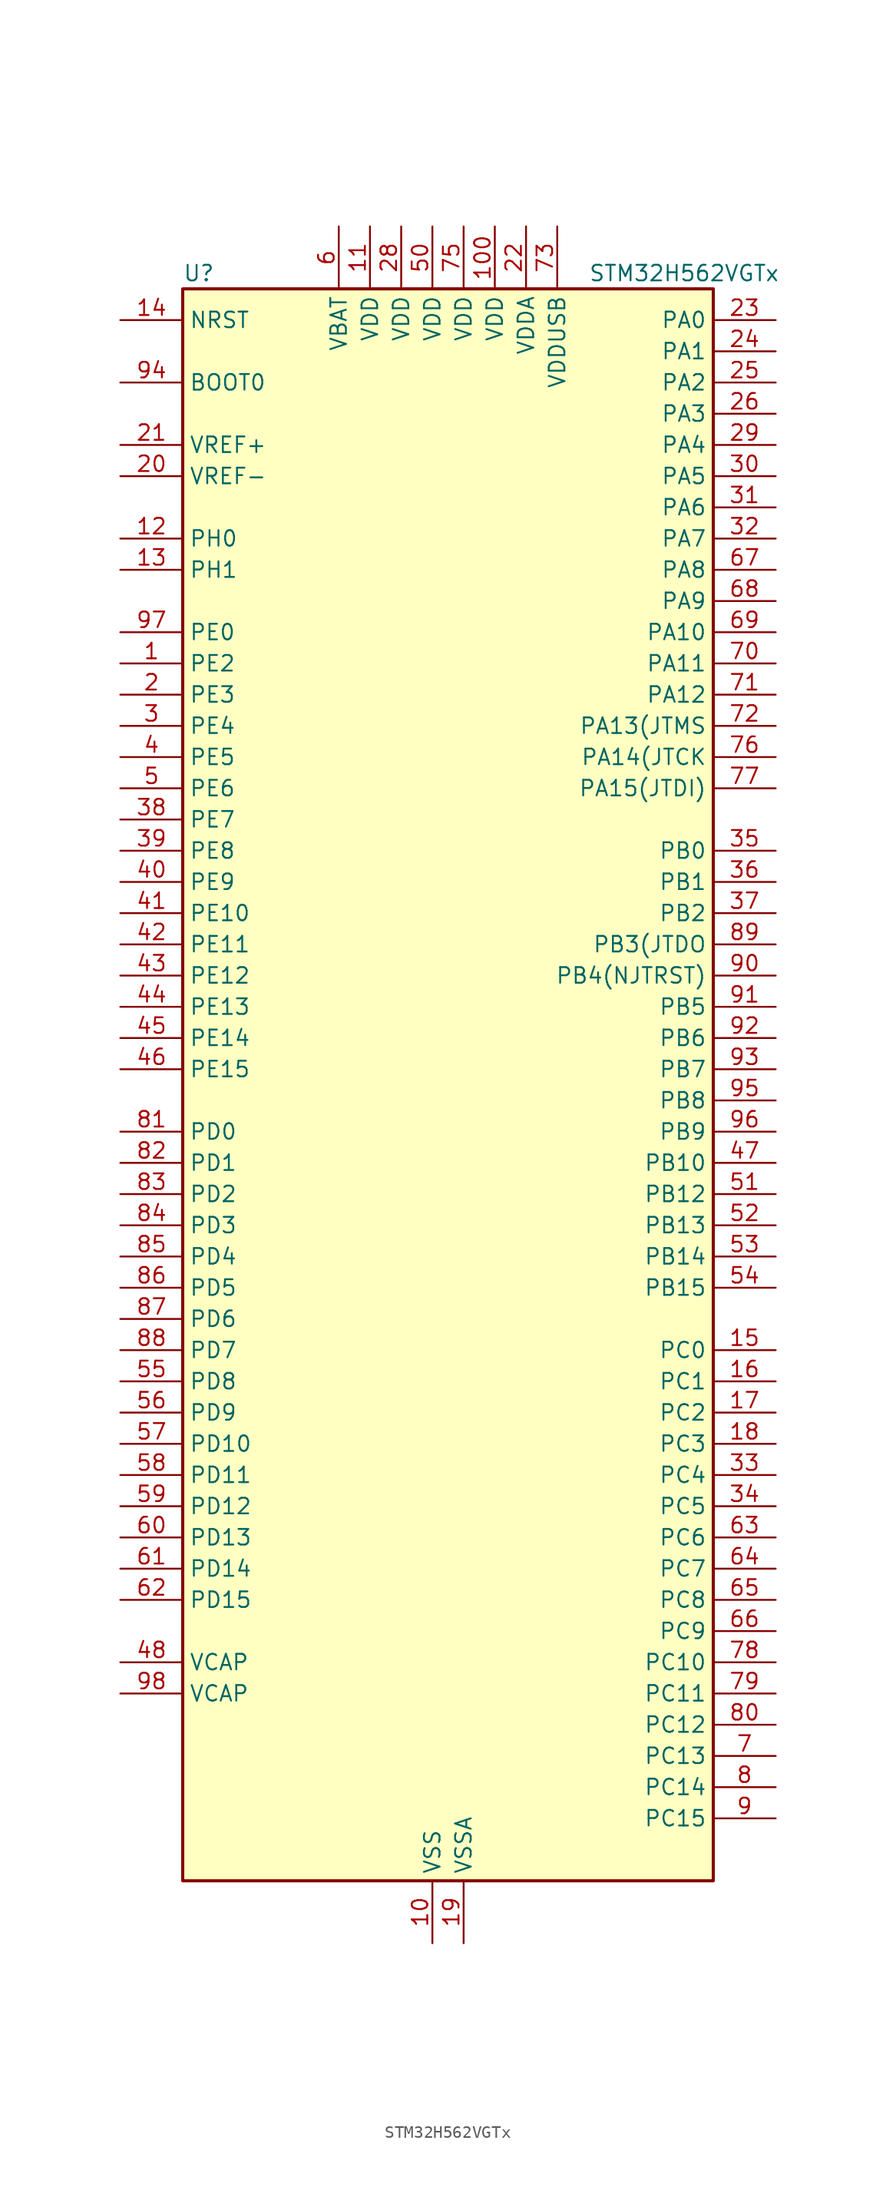
<source format=kicad_sym>
(kicad_symbol_lib
  (version 20231120)
  (generator "kicad-library-utils")
  (generator_version "8.0")
  (symbol "STM32H562VGTx"
    (property "Reference" "U"
      (at -20.32 67.31 0)
      (effects (font (size 1.27 1.27)) (justify left)))
    (property "Value" "STM32H562VGTx"
      (at 12.7 67.31 0)
      (effects (font (size 1.27 1.27)) (justify left)))
    (symbol "STM32H562VGTx_0_1"
      (rectangle (start -20.32 -63.5) (end 22.86 66.04) (stroke (width 0.254) (type default)) (fill (type background))))
    (symbol "STM32H562VGTx_1_1"
      (pin bidirectional line (at -25.4 35.56 0) (length 5.08) (name "PE2" (effects (font (size 1.27 1.27)))) (number "1" (effects (font (size 1.27 1.27)))) (alternate "DCMI_D3" bidirectional line) (alternate "DEBUG_TRACECLK" bidirectional line) (alternate "FMC_A23" bidirectional line) (alternate "LPTIM1_IN2" bidirectional line) (alternate "OCTOSPI1_IO2" bidirectional line) (alternate "PSSI_D3" bidirectional line) (alternate "SAI1_CK1" bidirectional line) (alternate "SAI1_MCLK_A" bidirectional line) (alternate "SPI4_SCK" bidirectional line) (alternate "UART8_TX" bidirectional line) (alternate "USART10_RX" bidirectional line))
      (pin power_in line (at 0 -68.58 90) (length 5.08) (name "VSS" (effects (font (size 1.27 1.27)))) (number "10" (effects (font (size 1.27 1.27)))))
      (pin power_in line (at 5.08 71.12 270) (length 5.08) (name "VDD" (effects (font (size 1.27 1.27)))) (number "100" (effects (font (size 1.27 1.27)))))
      (pin power_in line (at -5.08 71.12 270) (length 5.08) (name "VDD" (effects (font (size 1.27 1.27)))) (number "11" (effects (font (size 1.27 1.27)))))
      (pin bidirectional line (at -25.4 45.72 0) (length 5.08) (name "PH0" (effects (font (size 1.27 1.27)))) (number "12" (effects (font (size 1.27 1.27)))) (alternate "RCC_OSC_IN" bidirectional line))
      (pin bidirectional line (at -25.4 43.18 0) (length 5.08) (name "PH1" (effects (font (size 1.27 1.27)))) (number "13" (effects (font (size 1.27 1.27)))) (alternate "RCC_OSC_OUT" bidirectional line))
      (pin input line (at -25.4 63.5 0) (length 5.08) (name "NRST" (effects (font (size 1.27 1.27)))) (number "14" (effects (font (size 1.27 1.27)))))
      (pin bidirectional line (at 27.94 -20.32 180) (length 5.08) (name "PC0" (effects (font (size 1.27 1.27)))) (number "15" (effects (font (size 1.27 1.27)))) (alternate "ADC1_INP10" bidirectional line) (alternate "ADC2_INP10" bidirectional line) (alternate "FMC_A25" bidirectional line) (alternate "FMC_SDNWE" bidirectional line) (alternate "OCTOSPI1_IO7" bidirectional line) (alternate "SAI1_MCLK_A" bidirectional line) (alternate "SAI2_FS_B" bidirectional line) (alternate "SPI2_RDY" bidirectional line) (alternate "TIM16_BKIN" bidirectional line))
      (pin bidirectional line (at 27.94 -22.86 180) (length 5.08) (name "PC1" (effects (font (size 1.27 1.27)))) (number "16" (effects (font (size 1.27 1.27)))) (alternate "ADC1_INN10" bidirectional line) (alternate "ADC1_INP11" bidirectional line) (alternate "ADC2_INN10" bidirectional line) (alternate "ADC2_INP11" bidirectional line) (alternate "DEBUG_TRACED0" bidirectional line) (alternate "I2S2_SDO" bidirectional line) (alternate "OCTOSPI1_IO4" bidirectional line) (alternate "PWR_WKUP6" bidirectional line) (alternate "SAI1_D1" bidirectional line) (alternate "SAI1_SD_A" bidirectional line) (alternate "SAI2_SD_A" bidirectional line) (alternate "SPI2_MOSI" bidirectional line) (alternate "TAMP_IN3" bidirectional line) (alternate "TAMP_OUT5" bidirectional line) (alternate "USART11_RTS" bidirectional line))
      (pin bidirectional line (at 27.94 -25.4 180) (length 5.08) (name "PC2" (effects (font (size 1.27 1.27)))) (number "17" (effects (font (size 1.27 1.27)))) (alternate "ADC1_INN11" bidirectional line) (alternate "ADC1_INP12" bidirectional line) (alternate "ADC2_INN11" bidirectional line) (alternate "ADC2_INP12" bidirectional line) (alternate "FMC_SDNE0" bidirectional line) (alternate "I2S2_SDI" bidirectional line) (alternate "OCTOSPI1_IO2" bidirectional line) (alternate "OCTOSPI1_IO5" bidirectional line) (alternate "PWR_CSLEEP" bidirectional line) (alternate "SPI2_MISO" bidirectional line) (alternate "TIM17_CH1" bidirectional line) (alternate "TIM4_CH4" bidirectional line))
      (pin bidirectional line (at 27.94 -27.94 180) (length 5.08) (name "PC3" (effects (font (size 1.27 1.27)))) (number "18" (effects (font (size 1.27 1.27)))) (alternate "ADC1_INN12" bidirectional line) (alternate "ADC1_INP13" bidirectional line) (alternate "ADC2_INN12" bidirectional line) (alternate "ADC2_INP13" bidirectional line) (alternate "FMC_SDCKE0" bidirectional line) (alternate "I2S2_SDO" bidirectional line) (alternate "LPTIM3_CH1" bidirectional line) (alternate "OCTOSPI1_IO0" bidirectional line) (alternate "OCTOSPI1_IO6" bidirectional line) (alternate "PWR_CSTOP" bidirectional line) (alternate "SAI1_D3" bidirectional line) (alternate "SPI2_MOSI" bidirectional line))
      (pin power_in line (at 2.54 -68.58 90) (length 5.08) (name "VSSA" (effects (font (size 1.27 1.27)))) (number "19" (effects (font (size 1.27 1.27)))))
      (pin bidirectional line (at -25.4 33.02 0) (length 5.08) (name "PE3" (effects (font (size 1.27 1.27)))) (number "2" (effects (font (size 1.27 1.27)))) (alternate "DEBUG_TRACED0" bidirectional line) (alternate "FMC_A19" bidirectional line) (alternate "SAI1_SD_B" bidirectional line) (alternate "TAMP_IN6" bidirectional line) (alternate "TAMP_OUT3" bidirectional line) (alternate "TIM15_BKIN" bidirectional line) (alternate "USART10_TX" bidirectional line))
      (pin input line (at -25.4 50.8 0) (length 5.08) (name "VREF-" (effects (font (size 1.27 1.27)))) (number "20" (effects (font (size 1.27 1.27)))))
      (pin input line (at -25.4 53.34 0) (length 5.08) (name "VREF+" (effects (font (size 1.27 1.27)))) (number "21" (effects (font (size 1.27 1.27)))))
      (pin power_in line (at 7.62 71.12 270) (length 5.08) (name "VDDA" (effects (font (size 1.27 1.27)))) (number "22" (effects (font (size 1.27 1.27)))))
      (pin bidirectional line (at 27.94 63.5 180) (length 5.08) (name "PA0" (effects (font (size 1.27 1.27)))) (number "23" (effects (font (size 1.27 1.27)))) (alternate "ADC1_INN1" bidirectional line) (alternate "ADC1_INP0" bidirectional line) (alternate "ADC2_INN1" bidirectional line) (alternate "ADC2_INP0" bidirectional line) (alternate "PWR_WKUP1" bidirectional line) (alternate "SAI2_SD_B" bidirectional line) (alternate "SPI3_RDY" bidirectional line) (alternate "SPI6_NSS" bidirectional line) (alternate "TAMP_IN2" bidirectional line) (alternate "TAMP_OUT1" bidirectional line) (alternate "TIM15_BKIN" bidirectional line) (alternate "TIM2_CH1" bidirectional line) (alternate "TIM2_ETR" bidirectional line) (alternate "TIM5_CH1" bidirectional line) (alternate "TIM8_ETR" bidirectional line) (alternate "UART4_TX" bidirectional line) (alternate "USART2_CTS" bidirectional line) (alternate "USART2_NSS" bidirectional line))
      (pin bidirectional line (at 27.94 60.96 180) (length 5.08) (name "PA1" (effects (font (size 1.27 1.27)))) (number "24" (effects (font (size 1.27 1.27)))) (alternate "ADC1_INP1" bidirectional line) (alternate "ADC2_INP1" bidirectional line) (alternate "LPTIM1_IN1" bidirectional line) (alternate "OCTOSPI1_DQS" bidirectional line) (alternate "OCTOSPI1_IO3" bidirectional line) (alternate "SAI2_MCLK_B" bidirectional line) (alternate "TAMP_IN5" bidirectional line) (alternate "TAMP_OUT4" bidirectional line) (alternate "TIM15_CH1N" bidirectional line) (alternate "TIM2_CH2" bidirectional line) (alternate "TIM5_CH2" bidirectional line) (alternate "UART4_RX" bidirectional line) (alternate "USART2_RTS" bidirectional line))
      (pin bidirectional line (at 27.94 58.42 180) (length 5.08) (name "PA2" (effects (font (size 1.27 1.27)))) (number "25" (effects (font (size 1.27 1.27)))) (alternate "ADC1_INP14" bidirectional line) (alternate "ADC2_INP14" bidirectional line) (alternate "LPTIM1_IN2" bidirectional line) (alternate "PWR_WKUP2" bidirectional line) (alternate "SAI2_SCK_B" bidirectional line) (alternate "TAMP_IN4" bidirectional line) (alternate "TAMP_OUT3" bidirectional line) (alternate "TIM15_CH1" bidirectional line) (alternate "TIM2_CH3" bidirectional line) (alternate "TIM5_CH3" bidirectional line) (alternate "USART2_TX" bidirectional line))
      (pin bidirectional line (at 27.94 55.88 180) (length 5.08) (name "PA3" (effects (font (size 1.27 1.27)))) (number "26" (effects (font (size 1.27 1.27)))) (alternate "ADC1_INP15" bidirectional line) (alternate "ADC2_INP15" bidirectional line) (alternate "I2S2_WS" bidirectional line) (alternate "OCTOSPI1_CLK" bidirectional line) (alternate "SAI1_SD_B" bidirectional line) (alternate "SPI2_NSS" bidirectional line) (alternate "TIM15_CH2" bidirectional line) (alternate "TIM2_CH4" bidirectional line) (alternate "TIM5_CH4" bidirectional line) (alternate "USART2_RX" bidirectional line))
      (pin passive line (at 0 -68.58 90) (length 5.08) hide (name "VSS" (effects (font (size 1.27 1.27)))) (number "27" (effects (font (size 1.27 1.27)))))
      (pin power_in line (at -2.54 71.12 270) (length 5.08) (name "VDD" (effects (font (size 1.27 1.27)))) (number "28" (effects (font (size 1.27 1.27)))))
      (pin bidirectional line (at 27.94 53.34 180) (length 5.08) (name "PA4" (effects (font (size 1.27 1.27)))) (number "29" (effects (font (size 1.27 1.27)))) (alternate "ADC1_INP18" bidirectional line) (alternate "ADC2_INP18" bidirectional line) (alternate "DAC1_OUT1" bidirectional line) (alternate "DCMI_HSYNC" bidirectional line) (alternate "I2S1_WS" bidirectional line) (alternate "I2S3_WS" bidirectional line) (alternate "LPTIM2_CH1" bidirectional line) (alternate "PSSI_DE" bidirectional line) (alternate "SPI1_NSS" bidirectional line) (alternate "SPI3_NSS" bidirectional line) (alternate "SPI6_NSS" bidirectional line) (alternate "TIM5_ETR" bidirectional line) (alternate "USART2_CK" bidirectional line))
      (pin bidirectional line (at -25.4 30.48 0) (length 5.08) (name "PE4" (effects (font (size 1.27 1.27)))) (number "3" (effects (font (size 1.27 1.27)))) (alternate "DCMI_D4" bidirectional line) (alternate "DEBUG_TRACED1" bidirectional line) (alternate "FMC_A20" bidirectional line) (alternate "PSSI_D4" bidirectional line) (alternate "SAI1_D2" bidirectional line) (alternate "SAI1_FS_A" bidirectional line) (alternate "SPI4_NSS" bidirectional line) (alternate "TAMP_IN7" bidirectional line) (alternate "TAMP_OUT8" bidirectional line) (alternate "TIM15_CH1N" bidirectional line))
      (pin bidirectional line (at 27.94 50.8 180) (length 5.08) (name "PA5" (effects (font (size 1.27 1.27)))) (number "30" (effects (font (size 1.27 1.27)))) (alternate "ADC1_INN18" bidirectional line) (alternate "ADC1_INP19" bidirectional line) (alternate "ADC2_INN18" bidirectional line) (alternate "ADC2_INP19" bidirectional line) (alternate "DAC1_OUT2" bidirectional line) (alternate "I2S1_CK" bidirectional line) (alternate "PSSI_D14" bidirectional line) (alternate "SPI1_SCK" bidirectional line) (alternate "SPI6_SCK" bidirectional line) (alternate "TIM2_CH1" bidirectional line) (alternate "TIM2_ETR" bidirectional line) (alternate "TIM8_CH1N" bidirectional line))
      (pin bidirectional line (at 27.94 48.26 180) (length 5.08) (name "PA6" (effects (font (size 1.27 1.27)))) (number "31" (effects (font (size 1.27 1.27)))) (alternate "ADC1_INP3" bidirectional line) (alternate "ADC2_INP3" bidirectional line) (alternate "DCMI_PIXCLK" bidirectional line) (alternate "I2S1_SDI" bidirectional line) (alternate "OCTOSPI1_IO3" bidirectional line) (alternate "PSSI_PDCK" bidirectional line) (alternate "SPI1_MISO" bidirectional line) (alternate "SPI6_MISO" bidirectional line) (alternate "TIM13_CH1" bidirectional line) (alternate "TIM1_BKIN" bidirectional line) (alternate "TIM3_CH1" bidirectional line) (alternate "TIM8_BKIN" bidirectional line) (alternate "USART11_TX" bidirectional line))
      (pin bidirectional line (at 27.94 45.72 180) (length 5.08) (name "PA7" (effects (font (size 1.27 1.27)))) (number "32" (effects (font (size 1.27 1.27)))) (alternate "ADC1_INN3" bidirectional line) (alternate "ADC1_INP7" bidirectional line) (alternate "ADC2_INN3" bidirectional line) (alternate "ADC2_INP7" bidirectional line) (alternate "FMC_NWE" bidirectional line) (alternate "FMC_SDNWE" bidirectional line) (alternate "I2S1_SDO" bidirectional line) (alternate "OCTOSPI1_IO2" bidirectional line) (alternate "SPI1_MOSI" bidirectional line) (alternate "SPI6_MOSI" bidirectional line) (alternate "TIM14_CH1" bidirectional line) (alternate "TIM1_CH1N" bidirectional line) (alternate "TIM3_CH2" bidirectional line) (alternate "TIM8_CH1N" bidirectional line) (alternate "USART11_RX" bidirectional line))
      (pin bidirectional line (at 27.94 -30.48 180) (length 5.08) (name "PC4" (effects (font (size 1.27 1.27)))) (number "33" (effects (font (size 1.27 1.27)))) (alternate "ADC1_INP4" bidirectional line) (alternate "ADC2_INP4" bidirectional line) (alternate "FMC_SDNE0" bidirectional line) (alternate "I2S1_MCK" bidirectional line) (alternate "LPTIM2_ETR" bidirectional line) (alternate "SAI1_CK1" bidirectional line) (alternate "TIM2_CH4" bidirectional line) (alternate "USART3_RX" bidirectional line))
      (pin bidirectional line (at 27.94 -33.02 180) (length 5.08) (name "PC5" (effects (font (size 1.27 1.27)))) (number "34" (effects (font (size 1.27 1.27)))) (alternate "ADC1_INN4" bidirectional line) (alternate "ADC1_INP8" bidirectional line) (alternate "ADC2_INN4" bidirectional line) (alternate "ADC2_INP8" bidirectional line) (alternate "FMC_SDCKE0" bidirectional line) (alternate "OCTOSPI1_DQS" bidirectional line) (alternate "PSSI_D15" bidirectional line) (alternate "SAI1_D3" bidirectional line) (alternate "SAI1_FS_A" bidirectional line) (alternate "TIM1_CH4N" bidirectional line) (alternate "UART12_RTS" bidirectional line))
      (pin bidirectional line (at 27.94 20.32 180) (length 5.08) (name "PB0" (effects (font (size 1.27 1.27)))) (number "35" (effects (font (size 1.27 1.27)))) (alternate "ADC1_INN5" bidirectional line) (alternate "ADC1_INP9" bidirectional line) (alternate "ADC2_INN5" bidirectional line) (alternate "ADC2_INP9" bidirectional line) (alternate "LPTIM3_CH1" bidirectional line) (alternate "OCTOSPI1_IO1" bidirectional line) (alternate "TIM1_CH2N" bidirectional line) (alternate "TIM3_CH3" bidirectional line) (alternate "TIM8_CH2N" bidirectional line) (alternate "UART4_CTS" bidirectional line) (alternate "USART11_CK" bidirectional line))
      (pin bidirectional line (at 27.94 17.78 180) (length 5.08) (name "PB1" (effects (font (size 1.27 1.27)))) (number "36" (effects (font (size 1.27 1.27)))) (alternate "ADC1_INP5" bidirectional line) (alternate "ADC2_INP5" bidirectional line) (alternate "LPTIM3_CH2" bidirectional line) (alternate "OCTOSPI1_IO0" bidirectional line) (alternate "TIM1_CH3N" bidirectional line) (alternate "TIM3_CH4" bidirectional line) (alternate "TIM8_CH3N" bidirectional line))
      (pin bidirectional line (at 27.94 15.24 180) (length 5.08) (name "PB2" (effects (font (size 1.27 1.27)))) (number "37" (effects (font (size 1.27 1.27)))) (alternate "I2S3_SDO" bidirectional line) (alternate "LPTIM1_CH1" bidirectional line) (alternate "LPTIM5_ETR" bidirectional line) (alternate "OCTOSPI1_CLK" bidirectional line) (alternate "OCTOSPI1_DQS" bidirectional line) (alternate "RCC_LSCO" bidirectional line) (alternate "RTC_OUT2" bidirectional line) (alternate "SAI1_D1" bidirectional line) (alternate "SAI1_SD_A" bidirectional line) (alternate "SDMMC1_CMD" bidirectional line) (alternate "SPI1_RDY" bidirectional line) (alternate "SPI3_MOSI" bidirectional line) (alternate "TIM8_CH4N" bidirectional line))
      (pin bidirectional line (at -25.4 22.86 0) (length 5.08) (name "PE7" (effects (font (size 1.27 1.27)))) (number "38" (effects (font (size 1.27 1.27)))) (alternate "FMC_D4" bidirectional line) (alternate "FMC_DA4" bidirectional line) (alternate "OCTOSPI1_IO4" bidirectional line) (alternate "TIM1_ETR" bidirectional line) (alternate "UART12_RTS" bidirectional line) (alternate "UART7_RX" bidirectional line))
      (pin bidirectional line (at -25.4 20.32 0) (length 5.08) (name "PE8" (effects (font (size 1.27 1.27)))) (number "39" (effects (font (size 1.27 1.27)))) (alternate "FMC_D5" bidirectional line) (alternate "FMC_DA5" bidirectional line) (alternate "OCTOSPI1_IO5" bidirectional line) (alternate "TIM1_CH1N" bidirectional line) (alternate "UART12_CTS" bidirectional line) (alternate "UART7_TX" bidirectional line))
      (pin bidirectional line (at -25.4 27.94 0) (length 5.08) (name "PE5" (effects (font (size 1.27 1.27)))) (number "4" (effects (font (size 1.27 1.27)))) (alternate "DCMI_D6" bidirectional line) (alternate "DEBUG_TRACED2" bidirectional line) (alternate "FMC_A21" bidirectional line) (alternate "PSSI_D6" bidirectional line) (alternate "SAI1_CK2" bidirectional line) (alternate "SAI1_SCK_A" bidirectional line) (alternate "SPI4_MISO" bidirectional line) (alternate "TAMP_IN8" bidirectional line) (alternate "TAMP_OUT7" bidirectional line) (alternate "TIM15_CH1" bidirectional line))
      (pin bidirectional line (at -25.4 17.78 0) (length 5.08) (name "PE9" (effects (font (size 1.27 1.27)))) (number "40" (effects (font (size 1.27 1.27)))) (alternate "DAC1_EXTI9" bidirectional line) (alternate "FMC_D6" bidirectional line) (alternate "FMC_DA6" bidirectional line) (alternate "OCTOSPI1_IO6" bidirectional line) (alternate "TIM1_CH1" bidirectional line) (alternate "UART12_RX" bidirectional line) (alternate "UART7_RTS" bidirectional line))
      (pin bidirectional line (at -25.4 15.24 0) (length 5.08) (name "PE10" (effects (font (size 1.27 1.27)))) (number "41" (effects (font (size 1.27 1.27)))) (alternate "FMC_D7" bidirectional line) (alternate "FMC_DA7" bidirectional line) (alternate "OCTOSPI1_IO7" bidirectional line) (alternate "TIM1_CH2N" bidirectional line) (alternate "UART12_TX" bidirectional line) (alternate "UART7_CTS" bidirectional line))
      (pin bidirectional line (at -25.4 12.7 0) (length 5.08) (name "PE11" (effects (font (size 1.27 1.27)))) (number "42" (effects (font (size 1.27 1.27)))) (alternate "ADC1_EXTI11" bidirectional line) (alternate "ADC2_EXTI11" bidirectional line) (alternate "FMC_D8" bidirectional line) (alternate "FMC_DA8" bidirectional line) (alternate "OCTOSPI1_NCS" bidirectional line) (alternate "SAI2_SD_B" bidirectional line) (alternate "SPI1_RDY" bidirectional line) (alternate "SPI4_NSS" bidirectional line) (alternate "TIM1_CH2" bidirectional line))
      (pin bidirectional line (at -25.4 10.16 0) (length 5.08) (name "PE12" (effects (font (size 1.27 1.27)))) (number "43" (effects (font (size 1.27 1.27)))) (alternate "FMC_D9" bidirectional line) (alternate "FMC_DA9" bidirectional line) (alternate "SAI2_SCK_B" bidirectional line) (alternate "SPI4_SCK" bidirectional line) (alternate "TIM1_CH3N" bidirectional line))
      (pin bidirectional line (at -25.4 7.62 0) (length 5.08) (name "PE13" (effects (font (size 1.27 1.27)))) (number "44" (effects (font (size 1.27 1.27)))) (alternate "FMC_D10" bidirectional line) (alternate "FMC_DA10" bidirectional line) (alternate "SAI2_FS_B" bidirectional line) (alternate "SPI4_MISO" bidirectional line) (alternate "TIM1_CH3" bidirectional line))
      (pin bidirectional line (at -25.4 5.08 0) (length 5.08) (name "PE14" (effects (font (size 1.27 1.27)))) (number "45" (effects (font (size 1.27 1.27)))) (alternate "FMC_D11" bidirectional line) (alternate "FMC_DA11" bidirectional line) (alternate "SAI2_MCLK_B" bidirectional line) (alternate "SPI4_MOSI" bidirectional line) (alternate "TIM1_CH4" bidirectional line))
      (pin bidirectional line (at -25.4 2.54 0) (length 5.08) (name "PE15" (effects (font (size 1.27 1.27)))) (number "46" (effects (font (size 1.27 1.27)))) (alternate "ADC1_EXTI15" bidirectional line) (alternate "ADC2_EXTI15" bidirectional line) (alternate "FMC_D12" bidirectional line) (alternate "FMC_DA12" bidirectional line) (alternate "TIM1_BKIN" bidirectional line) (alternate "TIM1_CH4N" bidirectional line) (alternate "USART10_CK" bidirectional line))
      (pin bidirectional line (at 27.94 -5.08 180) (length 5.08) (name "PB10" (effects (font (size 1.27 1.27)))) (number "47" (effects (font (size 1.27 1.27)))) (alternate "I2C2_SCL" bidirectional line) (alternate "I2S2_CK" bidirectional line) (alternate "LPTIM2_IN1" bidirectional line) (alternate "LPTIM3_CH1" bidirectional line) (alternate "OCTOSPI1_NCS" bidirectional line) (alternate "SPI2_SCK" bidirectional line) (alternate "TIM2_CH3" bidirectional line) (alternate "USART3_TX" bidirectional line))
      (pin power_out line (at -25.4 -45.72 0) (length 5.08) (name "VCAP" (effects (font (size 1.27 1.27)))) (number "48" (effects (font (size 1.27 1.27)))))
      (pin passive line (at 0 -68.58 90) (length 5.08) hide (name "VSS" (effects (font (size 1.27 1.27)))) (number "49" (effects (font (size 1.27 1.27)))))
      (pin bidirectional line (at -25.4 25.4 0) (length 5.08) (name "PE6" (effects (font (size 1.27 1.27)))) (number "5" (effects (font (size 1.27 1.27)))) (alternate "DCMI_D7" bidirectional line) (alternate "DEBUG_TRACED3" bidirectional line) (alternate "FMC_A22" bidirectional line) (alternate "PSSI_D7" bidirectional line) (alternate "SAI1_D1" bidirectional line) (alternate "SAI1_SD_A" bidirectional line) (alternate "SAI2_MCLK_B" bidirectional line) (alternate "SPI4_MOSI" bidirectional line) (alternate "TAMP_IN3" bidirectional line) (alternate "TAMP_OUT6" bidirectional line) (alternate "TIM15_CH2" bidirectional line) (alternate "TIM1_BKIN2" bidirectional line))
      (pin power_in line (at 0 71.12 270) (length 5.08) (name "VDD" (effects (font (size 1.27 1.27)))) (number "50" (effects (font (size 1.27 1.27)))))
      (pin bidirectional line (at 27.94 -7.62 180) (length 5.08) (name "PB12" (effects (font (size 1.27 1.27)))) (number "51" (effects (font (size 1.27 1.27)))) (alternate "I2C2_SDA" bidirectional line) (alternate "I2S2_WS" bidirectional line) (alternate "OCTOSPI1_NCLK" bidirectional line) (alternate "SPI2_NSS" bidirectional line) (alternate "TIM1_BKIN" bidirectional line) (alternate "UART5_RX" bidirectional line) (alternate "UCPD1_FRSTX" bidirectional line) (alternate "USART3_CK" bidirectional line))
      (pin bidirectional line (at 27.94 -10.16 180) (length 5.08) (name "PB13" (effects (font (size 1.27 1.27)))) (number "52" (effects (font (size 1.27 1.27)))) (alternate "I2C2_SMBA" bidirectional line) (alternate "I2S2_CK" bidirectional line) (alternate "LPTIM2_CH1" bidirectional line) (alternate "LPTIM3_IN1" bidirectional line) (alternate "SDMMC1_D0" bidirectional line) (alternate "SPI2_SCK" bidirectional line) (alternate "TIM1_CH1N" bidirectional line) (alternate "UART5_TX" bidirectional line) (alternate "UCPD1_CC1" bidirectional line) (alternate "USART3_CTS" bidirectional line) (alternate "USART3_NSS" bidirectional line))
      (pin bidirectional line (at 27.94 -12.7 180) (length 5.08) (name "PB14" (effects (font (size 1.27 1.27)))) (number "53" (effects (font (size 1.27 1.27)))) (alternate "I2S2_SDI" bidirectional line) (alternate "LPTIM3_ETR" bidirectional line) (alternate "SPI2_MISO" bidirectional line) (alternate "TIM12_CH1" bidirectional line) (alternate "TIM1_CH2N" bidirectional line) (alternate "TIM8_CH2N" bidirectional line) (alternate "UART4_DE" bidirectional line) (alternate "UART4_RTS" bidirectional line) (alternate "UCPD1_CC2" bidirectional line) (alternate "USART1_TX" bidirectional line) (alternate "USART3_RTS" bidirectional line))
      (pin bidirectional line (at 27.94 -15.24 180) (length 5.08) (name "PB15" (effects (font (size 1.27 1.27)))) (number "54" (effects (font (size 1.27 1.27)))) (alternate "ADC1_EXTI15" bidirectional line) (alternate "ADC2_EXTI15" bidirectional line) (alternate "DCMI_D2" bidirectional line) (alternate "I2S2_SDO" bidirectional line) (alternate "OCTOSPI1_CLK" bidirectional line) (alternate "PSSI_D2" bidirectional line) (alternate "PWR_PVD_IN" bidirectional line) (alternate "RTC_REFIN" bidirectional line) (alternate "SPI2_MOSI" bidirectional line) (alternate "TIM12_CH2" bidirectional line) (alternate "TIM1_CH3N" bidirectional line) (alternate "TIM8_CH3N" bidirectional line) (alternate "UART4_CTS" bidirectional line) (alternate "UART5_RX" bidirectional line) (alternate "USART11_CTS" bidirectional line) (alternate "USART11_NSS" bidirectional line) (alternate "USART1_RX" bidirectional line))
      (pin bidirectional line (at -25.4 -22.86 0) (length 5.08) (name "PD8" (effects (font (size 1.27 1.27)))) (number "55" (effects (font (size 1.27 1.27)))) (alternate "FMC_D13" bidirectional line) (alternate "FMC_DA13" bidirectional line) (alternate "USART3_TX" bidirectional line))
      (pin bidirectional line (at -25.4 -25.4 0) (length 5.08) (name "PD9" (effects (font (size 1.27 1.27)))) (number "56" (effects (font (size 1.27 1.27)))) (alternate "DAC1_EXTI9" bidirectional line) (alternate "FMC_D14" bidirectional line) (alternate "FMC_DA14" bidirectional line) (alternate "USART3_RX" bidirectional line))
      (pin bidirectional line (at -25.4 -27.94 0) (length 5.08) (name "PD10" (effects (font (size 1.27 1.27)))) (number "57" (effects (font (size 1.27 1.27)))) (alternate "FMC_D15" bidirectional line) (alternate "FMC_DA15" bidirectional line) (alternate "LPTIM2_CH2" bidirectional line) (alternate "USART3_CK" bidirectional line))
      (pin bidirectional line (at -25.4 -30.48 0) (length 5.08) (name "PD11" (effects (font (size 1.27 1.27)))) (number "58" (effects (font (size 1.27 1.27)))) (alternate "ADC1_EXTI11" bidirectional line) (alternate "ADC2_EXTI11" bidirectional line) (alternate "FMC_A16" bidirectional line) (alternate "FMC_CLE" bidirectional line) (alternate "I2C4_SMBA" bidirectional line) (alternate "LPTIM2_IN2" bidirectional line) (alternate "OCTOSPI1_IO0" bidirectional line) (alternate "SAI1_CK1" bidirectional line) (alternate "SAI2_SD_A" bidirectional line) (alternate "UART4_RX" bidirectional line) (alternate "USART3_CTS" bidirectional line) (alternate "USART3_NSS" bidirectional line))
      (pin bidirectional line (at -25.4 -33.02 0) (length 5.08) (name "PD12" (effects (font (size 1.27 1.27)))) (number "59" (effects (font (size 1.27 1.27)))) (alternate "DCMI_D12" bidirectional line) (alternate "FMC_A17" bidirectional line) (alternate "FMC_ALE" bidirectional line) (alternate "I2C4_SCL" bidirectional line) (alternate "I3C1_SCL" bidirectional line) (alternate "LPTIM1_IN1" bidirectional line) (alternate "LPTIM2_IN1" bidirectional line) (alternate "OCTOSPI1_IO1" bidirectional line) (alternate "PSSI_D12" bidirectional line) (alternate "SAI1_D1" bidirectional line) (alternate "SAI2_FS_A" bidirectional line) (alternate "TIM4_CH1" bidirectional line) (alternate "UART4_TX" bidirectional line) (alternate "USART3_RTS" bidirectional line))
      (pin power_in line (at -7.62 71.12 270) (length 5.08) (name "VBAT" (effects (font (size 1.27 1.27)))) (number "6" (effects (font (size 1.27 1.27)))))
      (pin bidirectional line (at -25.4 -35.56 0) (length 5.08) (name "PD13" (effects (font (size 1.27 1.27)))) (number "60" (effects (font (size 1.27 1.27)))) (alternate "DCMI_D13" bidirectional line) (alternate "FMC_A18" bidirectional line) (alternate "I2C4_SDA" bidirectional line) (alternate "I3C1_SDA" bidirectional line) (alternate "LPTIM1_CH1" bidirectional line) (alternate "LPTIM2_CH1" bidirectional line) (alternate "LPTIM4_IN1" bidirectional line) (alternate "OCTOSPI1_IO3" bidirectional line) (alternate "PSSI_D13" bidirectional line) (alternate "SAI2_SCK_A" bidirectional line) (alternate "TIM4_CH2" bidirectional line) (alternate "UART9_RTS" bidirectional line))
      (pin bidirectional line (at -25.4 -38.1 0) (length 5.08) (name "PD14" (effects (font (size 1.27 1.27)))) (number "61" (effects (font (size 1.27 1.27)))) (alternate "FMC_D0" bidirectional line) (alternate "FMC_DA0" bidirectional line) (alternate "TIM4_CH3" bidirectional line) (alternate "UART8_CTS" bidirectional line) (alternate "UART9_RX" bidirectional line))
      (pin bidirectional line (at -25.4 -40.64 0) (length 5.08) (name "PD15" (effects (font (size 1.27 1.27)))) (number "62" (effects (font (size 1.27 1.27)))) (alternate "ADC1_EXTI15" bidirectional line) (alternate "ADC2_EXTI15" bidirectional line) (alternate "FMC_D1" bidirectional line) (alternate "FMC_DA1" bidirectional line) (alternate "TIM4_CH4" bidirectional line) (alternate "UART8_RTS" bidirectional line) (alternate "UART9_TX" bidirectional line))
      (pin bidirectional line (at 27.94 -35.56 180) (length 5.08) (name "PC6" (effects (font (size 1.27 1.27)))) (number "63" (effects (font (size 1.27 1.27)))) (alternate "DCMI_D0" bidirectional line) (alternate "FMC_NWAIT" bidirectional line) (alternate "I2S2_MCK" bidirectional line) (alternate "OCTOSPI1_IO5" bidirectional line) (alternate "PSSI_D0" bidirectional line) (alternate "SAI1_SCK_A" bidirectional line) (alternate "SDMMC1_D0DIR" bidirectional line) (alternate "SDMMC1_D6" bidirectional line) (alternate "TIM3_CH1" bidirectional line) (alternate "TIM8_CH1" bidirectional line) (alternate "USART6_TX" bidirectional line))
      (pin bidirectional line (at 27.94 -38.1 180) (length 5.08) (name "PC7" (effects (font (size 1.27 1.27)))) (number "64" (effects (font (size 1.27 1.27)))) (alternate "DCMI_D1" bidirectional line) (alternate "DEBUG_TRGIO" bidirectional line) (alternate "FMC_NE1" bidirectional line) (alternate "I2S3_MCK" bidirectional line) (alternate "OCTOSPI1_IO6" bidirectional line) (alternate "PSSI_D1" bidirectional line) (alternate "SDMMC1_D123DIR" bidirectional line) (alternate "SDMMC1_D7" bidirectional line) (alternate "TIM3_CH2" bidirectional line) (alternate "TIM8_CH2" bidirectional line) (alternate "USART6_RX" bidirectional line))
      (pin bidirectional line (at 27.94 -40.64 180) (length 5.08) (name "PC8" (effects (font (size 1.27 1.27)))) (number "65" (effects (font (size 1.27 1.27)))) (alternate "DCMI_D2" bidirectional line) (alternate "DEBUG_TRACED1" bidirectional line) (alternate "FMC_ALE" bidirectional line) (alternate "FMC_INT" bidirectional line) (alternate "FMC_NCE" bidirectional line) (alternate "FMC_NE2" bidirectional line) (alternate "PSSI_D2" bidirectional line) (alternate "SDMMC1_D0" bidirectional line) (alternate "TIM3_CH3" bidirectional line) (alternate "TIM8_CH3" bidirectional line) (alternate "UART5_DE" bidirectional line) (alternate "UART5_RTS" bidirectional line) (alternate "USART6_CK" bidirectional line))
      (pin bidirectional line (at 27.94 -43.18 180) (length 5.08) (name "PC9" (effects (font (size 1.27 1.27)))) (number "66" (effects (font (size 1.27 1.27)))) (alternate "AUDIOCLK" bidirectional line) (alternate "DAC1_EXTI9" bidirectional line) (alternate "DCMI_D3" bidirectional line) (alternate "FMC_CLE" bidirectional line) (alternate "I2C3_SDA" bidirectional line) (alternate "OCTOSPI1_IO0" bidirectional line) (alternate "PSSI_D3" bidirectional line) (alternate "RCC_MCO_2" bidirectional line) (alternate "SDMMC1_D1" bidirectional line) (alternate "TIM3_CH4" bidirectional line) (alternate "TIM8_CH4" bidirectional line) (alternate "UART5_CTS" bidirectional line) (alternate "UCPD1_DB2" bidirectional line))
      (pin bidirectional line (at 27.94 43.18 180) (length 5.08) (name "PA8" (effects (font (size 1.27 1.27)))) (number "67" (effects (font (size 1.27 1.27)))) (alternate "DCMI_D3" bidirectional line) (alternate "FMC_NOE" bidirectional line) (alternate "I2C3_SCL" bidirectional line) (alternate "PSSI_D3" bidirectional line) (alternate "RCC_MCO_1" bidirectional line) (alternate "SPI1_RDY" bidirectional line) (alternate "TIM1_CH1" bidirectional line) (alternate "TIM8_BKIN2" bidirectional line) (alternate "UART7_RX" bidirectional line) (alternate "USART1_CK" bidirectional line) (alternate "USB_SOF" bidirectional line))
      (pin bidirectional line (at 27.94 40.64 180) (length 5.08) (name "PA9" (effects (font (size 1.27 1.27)))) (number "68" (effects (font (size 1.27 1.27)))) (alternate "DAC1_EXTI9" bidirectional line) (alternate "DCMI_D0" bidirectional line) (alternate "FMC_NWE" bidirectional line) (alternate "I2C3_SMBA" bidirectional line) (alternate "I2S2_CK" bidirectional line) (alternate "LPUART1_TX" bidirectional line) (alternate "PSSI_D0" bidirectional line) (alternate "SPI2_SCK" bidirectional line) (alternate "TIM1_CH2" bidirectional line) (alternate "UCPD1_DB1" bidirectional line) (alternate "USART1_TX" bidirectional line))
      (pin bidirectional line (at 27.94 38.1 180) (length 5.08) (name "PA10" (effects (font (size 1.27 1.27)))) (number "69" (effects (font (size 1.27 1.27)))) (alternate "DCMI_D1" bidirectional line) (alternate "LPTIM2_IN2" bidirectional line) (alternate "LPUART1_RX" bidirectional line) (alternate "PSSI_D1" bidirectional line) (alternate "SDMMC1_D0" bidirectional line) (alternate "TIM1_CH3" bidirectional line) (alternate "UCPD1_FRSTX" bidirectional line) (alternate "USART1_RX" bidirectional line))
      (pin bidirectional line (at 27.94 -53.34 180) (length 5.08) (name "PC13" (effects (font (size 1.27 1.27)))) (number "7" (effects (font (size 1.27 1.27)))) (alternate "PWR_WKUP4" bidirectional line) (alternate "RTC_OUT1" bidirectional line) (alternate "RTC_TS" bidirectional line) (alternate "TAMP_IN1" bidirectional line) (alternate "TAMP_OUT2" bidirectional line) (alternate "TAMP_OUT3" bidirectional line))
      (pin bidirectional line (at 27.94 35.56 180) (length 5.08) (name "PA11" (effects (font (size 1.27 1.27)))) (number "70" (effects (font (size 1.27 1.27)))) (alternate "ADC1_EXTI11" bidirectional line) (alternate "ADC2_EXTI11" bidirectional line) (alternate "FDCAN1_RX" bidirectional line) (alternate "I2S2_WS" bidirectional line) (alternate "LPUART1_CTS" bidirectional line) (alternate "SPI2_NSS" bidirectional line) (alternate "TIM1_CH4" bidirectional line) (alternate "UART4_RX" bidirectional line) (alternate "USART1_CTS" bidirectional line) (alternate "USART1_NSS" bidirectional line) (alternate "USB_DM" bidirectional line))
      (pin bidirectional line (at 27.94 33.02 180) (length 5.08) (name "PA12" (effects (font (size 1.27 1.27)))) (number "71" (effects (font (size 1.27 1.27)))) (alternate "FDCAN1_TX" bidirectional line) (alternate "I2S2_CK" bidirectional line) (alternate "LPUART1_RTS" bidirectional line) (alternate "SAI2_FS_B" bidirectional line) (alternate "SPI2_SCK" bidirectional line) (alternate "TIM1_ETR" bidirectional line) (alternate "UART4_TX" bidirectional line) (alternate "USART1_RTS" bidirectional line) (alternate "USB_DP" bidirectional line))
      (pin bidirectional line (at 27.94 30.48 180) (length 5.08) (name "PA13(JTMS" (effects (font (size 1.27 1.27)))) (number "72" (effects (font (size 1.27 1.27)))) (alternate "DEBUG_JTMS-SWDIO" bidirectional line))
      (pin power_in line (at 10.16 71.12 270) (length 5.08) (name "VDDUSB" (effects (font (size 1.27 1.27)))) (number "73" (effects (font (size 1.27 1.27)))))
      (pin passive line (at 0 -68.58 90) (length 5.08) hide (name "VSS" (effects (font (size 1.27 1.27)))) (number "74" (effects (font (size 1.27 1.27)))))
      (pin power_in line (at 2.54 71.12 270) (length 5.08) (name "VDD" (effects (font (size 1.27 1.27)))) (number "75" (effects (font (size 1.27 1.27)))))
      (pin bidirectional line (at 27.94 27.94 180) (length 5.08) (name "PA14(JTCK" (effects (font (size 1.27 1.27)))) (number "76" (effects (font (size 1.27 1.27)))) (alternate "DEBUG_JTCK-SWCLK" bidirectional line))
      (pin bidirectional line (at 27.94 25.4 180) (length 5.08) (name "PA15(JTDI)" (effects (font (size 1.27 1.27)))) (number "77" (effects (font (size 1.27 1.27)))) (alternate "ADC1_EXTI15" bidirectional line) (alternate "ADC2_EXTI15" bidirectional line) (alternate "CEC" bidirectional line) (alternate "DCMI_D11" bidirectional line) (alternate "DEBUG_JTDI" bidirectional line) (alternate "FMC_NBL1" bidirectional line) (alternate "I2S1_WS" bidirectional line) (alternate "I2S3_WS" bidirectional line) (alternate "LPTIM3_IN2" bidirectional line) (alternate "PSSI_D11" bidirectional line) (alternate "SPI1_NSS" bidirectional line) (alternate "SPI3_NSS" bidirectional line) (alternate "SPI6_NSS" bidirectional line) (alternate "TIM2_CH1" bidirectional line) (alternate "TIM2_ETR" bidirectional line) (alternate "UART4_DE" bidirectional line) (alternate "UART4_RTS" bidirectional line) (alternate "UART7_TX" bidirectional line))
      (pin bidirectional line (at 27.94 -45.72 180) (length 5.08) (name "PC10" (effects (font (size 1.27 1.27)))) (number "78" (effects (font (size 1.27 1.27)))) (alternate "DCMI_D8" bidirectional line) (alternate "I2S3_CK" bidirectional line) (alternate "LPTIM3_ETR" bidirectional line) (alternate "OCTOSPI1_IO1" bidirectional line) (alternate "PSSI_D8" bidirectional line) (alternate "SDMMC1_D2" bidirectional line) (alternate "SPI3_SCK" bidirectional line) (alternate "UART4_TX" bidirectional line) (alternate "USART3_TX" bidirectional line))
      (pin bidirectional line (at 27.94 -48.26 180) (length 5.08) (name "PC11" (effects (font (size 1.27 1.27)))) (number "79" (effects (font (size 1.27 1.27)))) (alternate "ADC1_EXTI11" bidirectional line) (alternate "ADC2_EXTI11" bidirectional line) (alternate "DCMI_D4" bidirectional line) (alternate "I2S3_SDI" bidirectional line) (alternate "LPTIM3_IN1" bidirectional line) (alternate "OCTOSPI1_NCS" bidirectional line) (alternate "PSSI_D4" bidirectional line) (alternate "SDMMC1_D3" bidirectional line) (alternate "SPI3_MISO" bidirectional line) (alternate "UART4_RX" bidirectional line) (alternate "USART3_RX" bidirectional line))
      (pin bidirectional line (at 27.94 -55.88 180) (length 5.08) (name "PC14" (effects (font (size 1.27 1.27)))) (number "8" (effects (font (size 1.27 1.27)))) (alternate "RCC_OSC32_IN" bidirectional line))
      (pin bidirectional line (at 27.94 -50.8 180) (length 5.08) (name "PC12" (effects (font (size 1.27 1.27)))) (number "80" (effects (font (size 1.27 1.27)))) (alternate "DCMI_D9" bidirectional line) (alternate "DEBUG_TRACED3" bidirectional line) (alternate "I2S3_SDO" bidirectional line) (alternate "PSSI_D9" bidirectional line) (alternate "SDMMC1_CK" bidirectional line) (alternate "SPI3_MOSI" bidirectional line) (alternate "SPI6_SCK" bidirectional line) (alternate "TIM15_CH1" bidirectional line) (alternate "UART5_TX" bidirectional line) (alternate "USART3_CK" bidirectional line))
      (pin bidirectional line (at -25.4 -2.54 0) (length 5.08) (name "PD0" (effects (font (size 1.27 1.27)))) (number "81" (effects (font (size 1.27 1.27)))) (alternate "FDCAN1_RX" bidirectional line) (alternate "FMC_D2" bidirectional line) (alternate "FMC_DA2" bidirectional line) (alternate "TIM8_CH4N" bidirectional line) (alternate "UART4_RX" bidirectional line) (alternate "UART9_CTS" bidirectional line))
      (pin bidirectional line (at -25.4 -5.08 0) (length 5.08) (name "PD1" (effects (font (size 1.27 1.27)))) (number "82" (effects (font (size 1.27 1.27)))) (alternate "FDCAN1_TX" bidirectional line) (alternate "FMC_D3" bidirectional line) (alternate "FMC_DA3" bidirectional line) (alternate "UART4_TX" bidirectional line))
      (pin bidirectional line (at -25.4 -7.62 0) (length 5.08) (name "PD2" (effects (font (size 1.27 1.27)))) (number "83" (effects (font (size 1.27 1.27)))) (alternate "DCMI_D11" bidirectional line) (alternate "DEBUG_TRACED2" bidirectional line) (alternate "LPTIM4_ETR" bidirectional line) (alternate "PSSI_D11" bidirectional line) (alternate "PWR_WKUP7" bidirectional line) (alternate "SDMMC1_CMD" bidirectional line) (alternate "TIM15_BKIN" bidirectional line) (alternate "TIM3_ETR" bidirectional line) (alternate "UART5_RX" bidirectional line))
      (pin bidirectional line (at -25.4 -10.16 0) (length 5.08) (name "PD3" (effects (font (size 1.27 1.27)))) (number "84" (effects (font (size 1.27 1.27)))) (alternate "DCMI_D5" bidirectional line) (alternate "FMC_CLK" bidirectional line) (alternate "I2S2_CK" bidirectional line) (alternate "PSSI_D5" bidirectional line) (alternate "PWR_WKUP8" bidirectional line) (alternate "SPI2_SCK" bidirectional line) (alternate "USART2_CTS" bidirectional line) (alternate "USART2_NSS" bidirectional line))
      (pin bidirectional line (at -25.4 -12.7 0) (length 5.08) (name "PD4" (effects (font (size 1.27 1.27)))) (number "85" (effects (font (size 1.27 1.27)))) (alternate "FMC_NOE" bidirectional line) (alternate "OCTOSPI1_IO4" bidirectional line) (alternate "USART2_RTS" bidirectional line))
      (pin bidirectional line (at -25.4 -15.24 0) (length 5.08) (name "PD5" (effects (font (size 1.27 1.27)))) (number "86" (effects (font (size 1.27 1.27)))) (alternate "FDCAN1_TX" bidirectional line) (alternate "FMC_NWE" bidirectional line) (alternate "OCTOSPI1_IO5" bidirectional line) (alternate "SPI2_RDY" bidirectional line) (alternate "TIM1_CH4N" bidirectional line) (alternate "USART2_TX" bidirectional line))
      (pin bidirectional line (at -25.4 -17.78 0) (length 5.08) (name "PD6" (effects (font (size 1.27 1.27)))) (number "87" (effects (font (size 1.27 1.27)))) (alternate "DCMI_D10" bidirectional line) (alternate "FMC_NWAIT" bidirectional line) (alternate "I2S3_SDO" bidirectional line) (alternate "OCTOSPI1_IO6" bidirectional line) (alternate "PSSI_D10" bidirectional line) (alternate "SAI1_D1" bidirectional line) (alternate "SAI1_SD_A" bidirectional line) (alternate "SPI3_MOSI" bidirectional line) (alternate "USART2_RX" bidirectional line))
      (pin bidirectional line (at -25.4 -20.32 0) (length 5.08) (name "PD7" (effects (font (size 1.27 1.27)))) (number "88" (effects (font (size 1.27 1.27)))) (alternate "FMC_NCE" bidirectional line) (alternate "FMC_NE1" bidirectional line) (alternate "I2S1_SDO" bidirectional line) (alternate "LPTIM4_OUT" bidirectional line) (alternate "OCTOSPI1_IO7" bidirectional line) (alternate "SPI1_MOSI" bidirectional line) (alternate "USART2_CK" bidirectional line))
      (pin bidirectional line (at 27.94 12.7 180) (length 5.08) (name "PB3(JTDO" (effects (font (size 1.27 1.27)))) (number "89" (effects (font (size 1.27 1.27)))) (alternate "CRS_SYNC" bidirectional line) (alternate "DEBUG_JTDO-SWO" bidirectional line) (alternate "I2C2_SDA" bidirectional line) (alternate "I2S1_CK" bidirectional line) (alternate "I2S3_CK" bidirectional line) (alternate "LPTIM6_ETR" bidirectional line) (alternate "SPI1_SCK" bidirectional line) (alternate "SPI3_SCK" bidirectional line) (alternate "SPI6_SCK" bidirectional line) (alternate "TIM2_CH2" bidirectional line) (alternate "UART12_CTS" bidirectional line) (alternate "UART7_RX" bidirectional line))
      (pin bidirectional line (at 27.94 -58.42 180) (length 5.08) (name "PC15" (effects (font (size 1.27 1.27)))) (number "9" (effects (font (size 1.27 1.27)))) (alternate "ADC1_EXTI15" bidirectional line) (alternate "ADC2_EXTI15" bidirectional line) (alternate "RCC_OSC32_OUT" bidirectional line))
      (pin bidirectional line (at 27.94 10.16 180) (length 5.08) (name "PB4(NJTRST)" (effects (font (size 1.27 1.27)))) (number "90" (effects (font (size 1.27 1.27)))) (alternate "DCMI_D7" bidirectional line) (alternate "DEBUG_JTRST" bidirectional line) (alternate "I2S1_SDI" bidirectional line) (alternate "I2S2_WS" bidirectional line) (alternate "I2S3_SDI" bidirectional line) (alternate "LPTIM1_CH2" bidirectional line) (alternate "OCTOSPI1_CLK" bidirectional line) (alternate "PSSI_D7" bidirectional line) (alternate "SPI1_MISO" bidirectional line) (alternate "SPI2_NSS" bidirectional line) (alternate "SPI3_MISO" bidirectional line) (alternate "SPI6_MISO" bidirectional line) (alternate "TIM16_BKIN" bidirectional line) (alternate "TIM3_CH1" bidirectional line) (alternate "UART7_TX" bidirectional line))
      (pin bidirectional line (at 27.94 7.62 180) (length 5.08) (name "PB5" (effects (font (size 1.27 1.27)))) (number "91" (effects (font (size 1.27 1.27)))) (alternate "DCMI_D10" bidirectional line) (alternate "FMC_SDCKE1" bidirectional line) (alternate "I2C1_SMBA" bidirectional line) (alternate "I2C4_SMBA" bidirectional line) (alternate "I2S1_SDO" bidirectional line) (alternate "I2S3_SDO" bidirectional line) (alternate "OCTOSPI1_NCLK" bidirectional line) (alternate "PSSI_D10" bidirectional line) (alternate "SPI1_MOSI" bidirectional line) (alternate "SPI3_MOSI" bidirectional line) (alternate "SPI6_MOSI" bidirectional line) (alternate "TIM17_BKIN" bidirectional line) (alternate "TIM3_CH2" bidirectional line) (alternate "UART5_RX" bidirectional line))
      (pin bidirectional line (at 27.94 5.08 180) (length 5.08) (name "PB6" (effects (font (size 1.27 1.27)))) (number "92" (effects (font (size 1.27 1.27)))) (alternate "CEC" bidirectional line) (alternate "DCMI_D5" bidirectional line) (alternate "FMC_SDNE1" bidirectional line) (alternate "I2C1_SCL" bidirectional line) (alternate "I2C4_SCL" bidirectional line) (alternate "I3C1_SCL" bidirectional line) (alternate "LPUART1_TX" bidirectional line) (alternate "OCTOSPI1_NCS" bidirectional line) (alternate "PSSI_D5" bidirectional line) (alternate "TIM16_CH1N" bidirectional line) (alternate "TIM4_CH1" bidirectional line) (alternate "UART5_TX" bidirectional line) (alternate "USART1_TX" bidirectional line))
      (pin bidirectional line (at 27.94 2.54 180) (length 5.08) (name "PB7" (effects (font (size 1.27 1.27)))) (number "93" (effects (font (size 1.27 1.27)))) (alternate "DCMI_VSYNC" bidirectional line) (alternate "FDCAN1_TX" bidirectional line) (alternate "FMC_NL" bidirectional line) (alternate "I2C1_SDA" bidirectional line) (alternate "I2C4_SDA" bidirectional line) (alternate "I3C1_SDA" bidirectional line) (alternate "LPUART1_RX" bidirectional line) (alternate "PSSI_RDY" bidirectional line) (alternate "PWR_WKUP5" bidirectional line) (alternate "TIM17_CH1N" bidirectional line) (alternate "TIM4_CH2" bidirectional line) (alternate "USART1_RX" bidirectional line))
      (pin input line (at -25.4 58.42 0) (length 5.08) (name "BOOT0" (effects (font (size 1.27 1.27)))) (number "94" (effects (font (size 1.27 1.27)))))
      (pin bidirectional line (at 27.94 0 180) (length 5.08) (name "PB8" (effects (font (size 1.27 1.27)))) (number "95" (effects (font (size 1.27 1.27)))) (alternate "DCMI_D6" bidirectional line) (alternate "FDCAN1_RX" bidirectional line) (alternate "I2C1_SCL" bidirectional line) (alternate "I2C4_SCL" bidirectional line) (alternate "I3C1_SCL" bidirectional line) (alternate "PSSI_D6" bidirectional line) (alternate "SDMMC1_CKIN" bidirectional line) (alternate "SDMMC1_D4" bidirectional line) (alternate "SPI4_RDY" bidirectional line) (alternate "TIM16_CH1" bidirectional line) (alternate "TIM4_CH3" bidirectional line) (alternate "UART4_RX" bidirectional line))
      (pin bidirectional line (at 27.94 -2.54 180) (length 5.08) (name "PB9" (effects (font (size 1.27 1.27)))) (number "96" (effects (font (size 1.27 1.27)))) (alternate "DAC1_EXTI9" bidirectional line) (alternate "DCMI_D7" bidirectional line) (alternate "FDCAN1_TX" bidirectional line) (alternate "I2C1_SDA" bidirectional line) (alternate "I2C4_SDA" bidirectional line) (alternate "I2S2_WS" bidirectional line) (alternate "I3C1_SDA" bidirectional line) (alternate "PSSI_D7" bidirectional line) (alternate "SDMMC1_CDIR" bidirectional line) (alternate "SDMMC1_D5" bidirectional line) (alternate "SPI2_NSS" bidirectional line) (alternate "TIM17_CH1" bidirectional line) (alternate "TIM4_CH4" bidirectional line) (alternate "UART4_TX" bidirectional line))
      (pin bidirectional line (at -25.4 38.1 0) (length 5.08) (name "PE0" (effects (font (size 1.27 1.27)))) (number "97" (effects (font (size 1.27 1.27)))) (alternate "DCMI_D2" bidirectional line) (alternate "FDCAN1_RX" bidirectional line) (alternate "FMC_NBL0" bidirectional line) (alternate "LPTIM1_ETR" bidirectional line) (alternate "LPTIM2_CH2" bidirectional line) (alternate "LPTIM2_ETR" bidirectional line) (alternate "PSSI_D2" bidirectional line) (alternate "SAI2_MCLK_A" bidirectional line) (alternate "SPI3_RDY" bidirectional line) (alternate "TIM4_ETR" bidirectional line) (alternate "UART8_RX" bidirectional line))
      (pin power_out line (at -25.4 -48.26 0) (length 5.08) (name "VCAP" (effects (font (size 1.27 1.27)))) (number "98" (effects (font (size 1.27 1.27)))))
      (pin passive line (at 0 -68.58 90) (length 5.08) hide (name "VSS" (effects (font (size 1.27 1.27)))) (number "99" (effects (font (size 1.27 1.27))))))))
</source>
